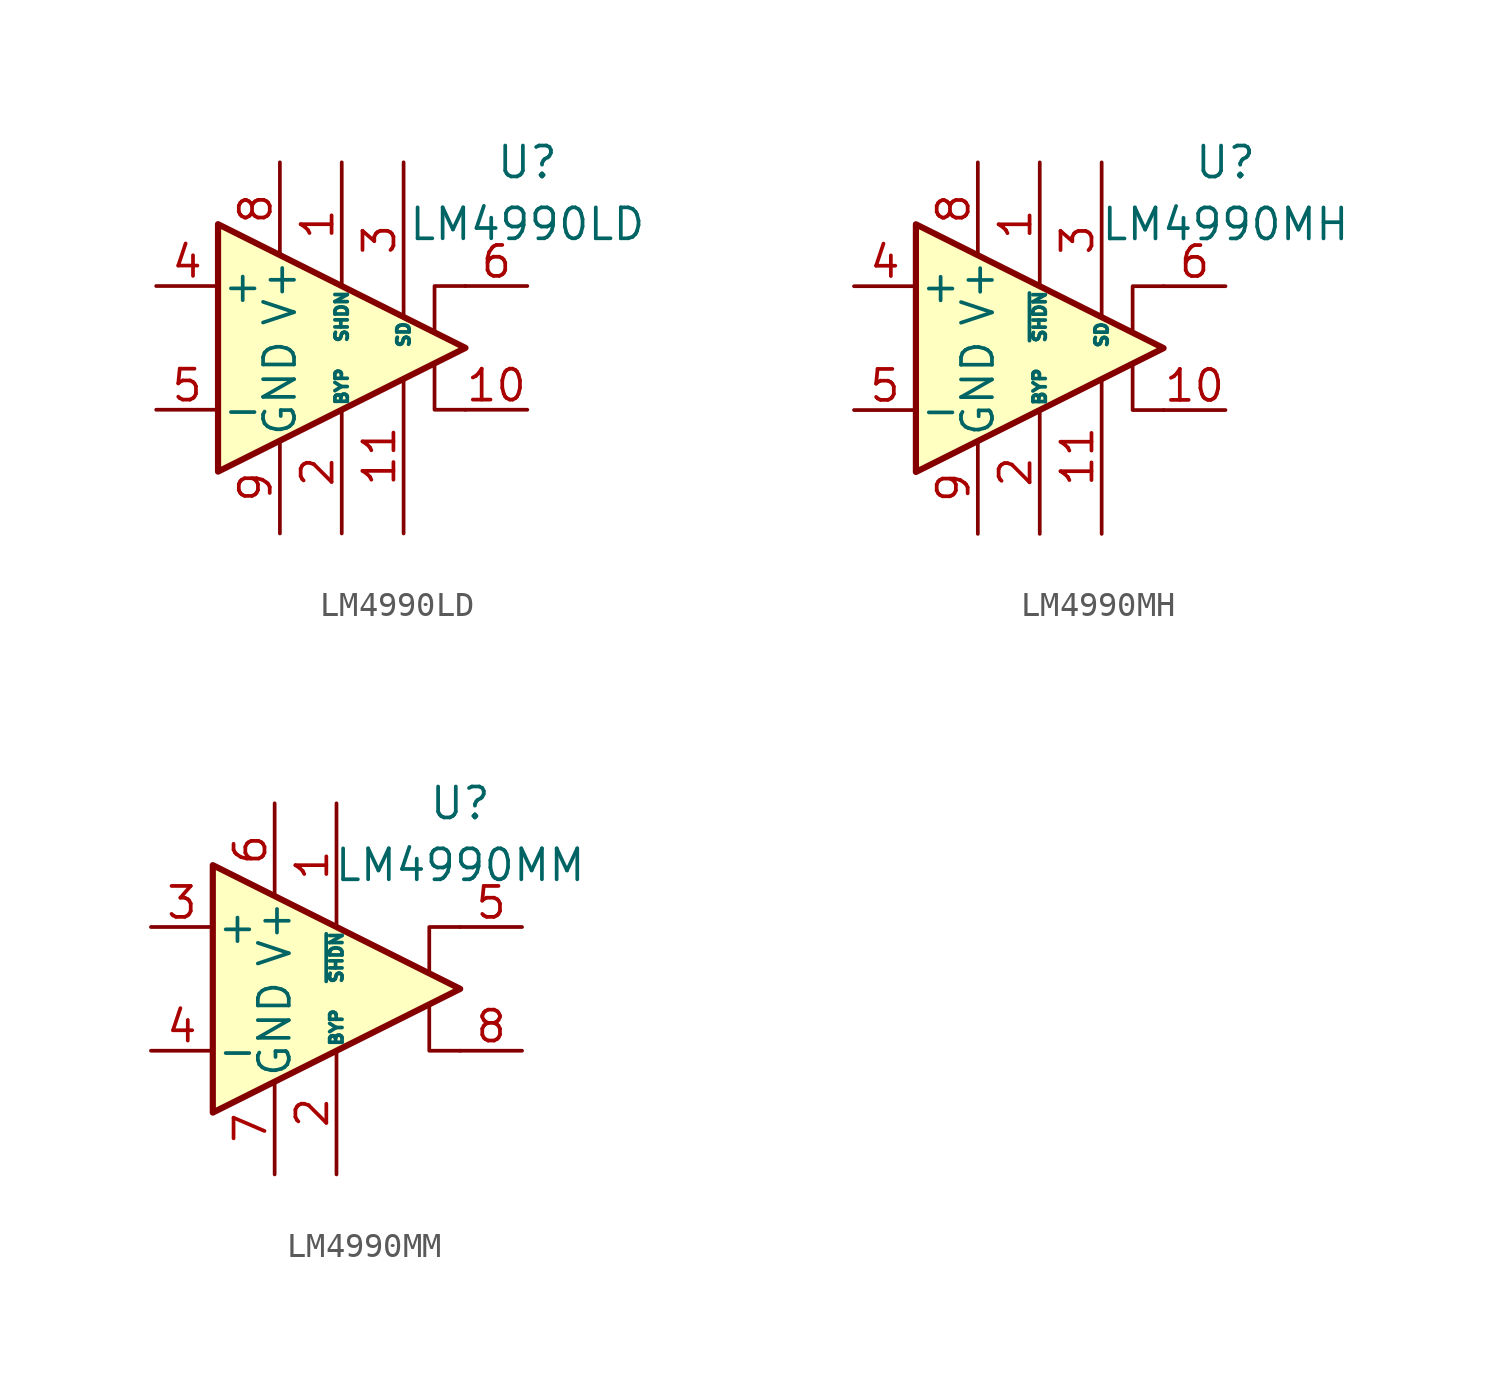
<source format=kicad_sym>
(kicad_symbol_lib
  (version 20211014)
  (generator kicad_symbol_editor)
  (symbol "LM4990LD"
    (pin_names
      (offset 0.127))
    (property "Reference" "U"
      (at 7.62 7.62 0)
      (effects (font (size 1.27 1.27))))
    (property "Value" "LM4990LD"
      (at 7.62 5.08 0)
      (effects (font (size 1.27 1.27))))
    (symbol "LM4990LD_0_1"
      (polyline (pts (xy 3.81 -0.635) (xy 3.81 -2.54) (xy 5.08 -2.54)) (stroke (width 0) (type default) (color 0 0 0 0)) (fill (type none)))
      (polyline (pts (xy 5.08 2.54) (xy 3.81 2.54) (xy 3.81 0.635)) (stroke (width 0) (type default) (color 0 0 0 0)) (fill (type none)))
      (polyline (pts (xy -5.08 5.08) (xy 5.08 0) (xy -5.08 -5.08) (xy -5.08 5.08)) (stroke (width 0.254) (type default) (color 0 0 0 0)) (fill (type background))))
    (symbol "LM4990LD_1_1"
      (pin output line (at 0 7.62 270) (length 5.08) (name "SHDN" (effects (font (size 0.508 0.508)))) (number "1" (effects (font (size 1.27 1.27)))))
      (pin output line (at 7.62 -2.54 180) (length 2.54) (name "~" (effects (font (size 1.27 1.27)))) (number "10" (effects (font (size 1.27 1.27)))))
      (pin power_in line (at 2.54 -7.62 90) (length 6.35) (name "~" (effects (font (size 1.27 1.27)))) (number "11" (effects (font (size 1.27 1.27)))))
      (pin input line (at 0 -7.62 90) (length 5.08) (name "BYP" (effects (font (size 0.508 0.508)))) (number "2" (effects (font (size 1.27 1.27)))))
      (pin input line (at 2.54 7.62 270) (length 6.35) (name "SD" (effects (font (size 0.508 0.508)))) (number "3" (effects (font (size 1.27 1.27)))))
      (pin input line (at -7.62 2.54 0) (length 2.54) (name "+" (effects (font (size 1.27 1.27)))) (number "4" (effects (font (size 1.27 1.27)))))
      (pin input line (at -7.62 -2.54 0) (length 2.54) (name "-" (effects (font (size 1.27 1.27)))) (number "5" (effects (font (size 1.27 1.27)))))
      (pin output line (at 7.62 2.54 180) (length 2.54) (name "~" (effects (font (size 1.27 1.27)))) (number "6" (effects (font (size 1.27 1.27)))))
      (pin no_connect line (at 0 2.54 270) (length 2.54) hide (name "NC" (effects (font (size 1.27 1.27)))) (number "7" (effects (font (size 1.27 1.27)))))
      (pin power_in line (at -2.54 7.62 270) (length 3.81) (name "V+" (effects (font (size 1.27 1.27)))) (number "8" (effects (font (size 1.27 1.27)))))
      (pin power_in line (at -2.54 -7.62 90) (length 3.81) (name "GND" (effects (font (size 1.27 1.27)))) (number "9" (effects (font (size 1.27 1.27)))))))
  (symbol "LM4990MH"
    (pin_names
      (offset 0.127))
    (property "Reference" "U"
      (at 7.62 7.62 0)
      (effects (font (size 1.27 1.27))))
    (property "Value" "LM4990MH"
      (at 7.62 5.08 0)
      (effects (font (size 1.27 1.27))))
    (symbol "LM4990MH_0_1"
      (polyline (pts (xy 3.81 -0.635) (xy 3.81 -2.54) (xy 5.08 -2.54)) (stroke (width 0) (type default) (color 0 0 0 0)) (fill (type none)))
      (polyline (pts (xy 5.08 2.54) (xy 3.81 2.54) (xy 3.81 0.635)) (stroke (width 0) (type default) (color 0 0 0 0)) (fill (type none)))
      (polyline (pts (xy -5.08 5.08) (xy 5.08 0) (xy -5.08 -5.08) (xy -5.08 5.08)) (stroke (width 0.254) (type default) (color 0 0 0 0)) (fill (type background))))
    (symbol "LM4990MH_1_1"
      (pin output line (at 0 7.62 270) (length 5.08) (name "~{SHDN}" (effects (font (size 0.508 0.508)))) (number "1" (effects (font (size 1.27 1.27)))))
      (pin output line (at 7.62 -2.54 180) (length 2.54) (name "~" (effects (font (size 1.27 1.27)))) (number "10" (effects (font (size 1.27 1.27)))))
      (pin power_in line (at 2.54 -7.62 90) (length 6.35) (name "~" (effects (font (size 1.27 1.27)))) (number "11" (effects (font (size 1.27 1.27)))))
      (pin input line (at 0 -7.62 90) (length 5.08) (name "BYP" (effects (font (size 0.508 0.508)))) (number "2" (effects (font (size 1.27 1.27)))))
      (pin input line (at 2.54 7.62 270) (length 6.35) (name "SD" (effects (font (size 0.508 0.508)))) (number "3" (effects (font (size 1.27 1.27)))))
      (pin input line (at -7.62 2.54 0) (length 2.54) (name "+" (effects (font (size 1.27 1.27)))) (number "4" (effects (font (size 1.27 1.27)))))
      (pin input line (at -7.62 -2.54 0) (length 2.54) (name "-" (effects (font (size 1.27 1.27)))) (number "5" (effects (font (size 1.27 1.27)))))
      (pin output line (at 7.62 2.54 180) (length 2.54) (name "~" (effects (font (size 1.27 1.27)))) (number "6" (effects (font (size 1.27 1.27)))))
      (pin no_connect line (at 0 2.54 270) (length 2.54) hide (name "NC" (effects (font (size 1.27 1.27)))) (number "7" (effects (font (size 1.27 1.27)))))
      (pin power_in line (at -2.54 7.62 270) (length 3.81) (name "V+" (effects (font (size 1.27 1.27)))) (number "8" (effects (font (size 1.27 1.27)))))
      (pin power_in line (at -2.54 -7.62 90) (length 3.81) (name "GND" (effects (font (size 1.27 1.27)))) (number "9" (effects (font (size 1.27 1.27)))))))
  (symbol "LM4990MM"
    (pin_names
      (offset 0.127))
    (property "Reference" "U"
      (at 5.08 7.62 0)
      (effects (font (size 1.27 1.27))))
    (property "Value" "LM4990MM"
      (at 5.08 5.08 0)
      (effects (font (size 1.27 1.27))))
    (symbol "LM4990MM_0_1"
      (polyline (pts (xy 3.81 -0.635) (xy 3.81 -2.54) (xy 5.08 -2.54)) (stroke (width 0) (type default) (color 0 0 0 0)) (fill (type none)))
      (polyline (pts (xy 5.08 2.54) (xy 3.81 2.54) (xy 3.81 0.635)) (stroke (width 0) (type default) (color 0 0 0 0)) (fill (type none)))
      (polyline (pts (xy -5.08 5.08) (xy 5.08 0) (xy -5.08 -5.08) (xy -5.08 5.08)) (stroke (width 0.254) (type default) (color 0 0 0 0)) (fill (type background))))
    (symbol "LM4990MM_1_1"
      (pin output line (at 0 7.62 270) (length 5.08) (name "~{SHDN}" (effects (font (size 0.508 0.508)))) (number "1" (effects (font (size 1.27 1.27)))))
      (pin input line (at 0 -7.62 90) (length 5.08) (name "BYP" (effects (font (size 0.508 0.508)))) (number "2" (effects (font (size 1.27 1.27)))))
      (pin input line (at -7.62 2.54 0) (length 2.54) (name "+" (effects (font (size 1.27 1.27)))) (number "3" (effects (font (size 1.27 1.27)))))
      (pin input line (at -7.62 -2.54 0) (length 2.54) (name "-" (effects (font (size 1.27 1.27)))) (number "4" (effects (font (size 1.27 1.27)))))
      (pin output line (at 7.62 2.54 180) (length 2.54) (name "~" (effects (font (size 1.27 1.27)))) (number "5" (effects (font (size 1.27 1.27)))))
      (pin power_in line (at -2.54 7.62 270) (length 3.81) (name "V+" (effects (font (size 1.27 1.27)))) (number "6" (effects (font (size 1.27 1.27)))))
      (pin power_in line (at -2.54 -7.62 90) (length 3.81) (name "GND" (effects (font (size 1.27 1.27)))) (number "7" (effects (font (size 1.27 1.27)))))
      (pin output line (at 7.62 -2.54 180) (length 2.54) (name "~" (effects (font (size 1.27 1.27)))) (number "8" (effects (font (size 1.27 1.27))))))))
</source>
